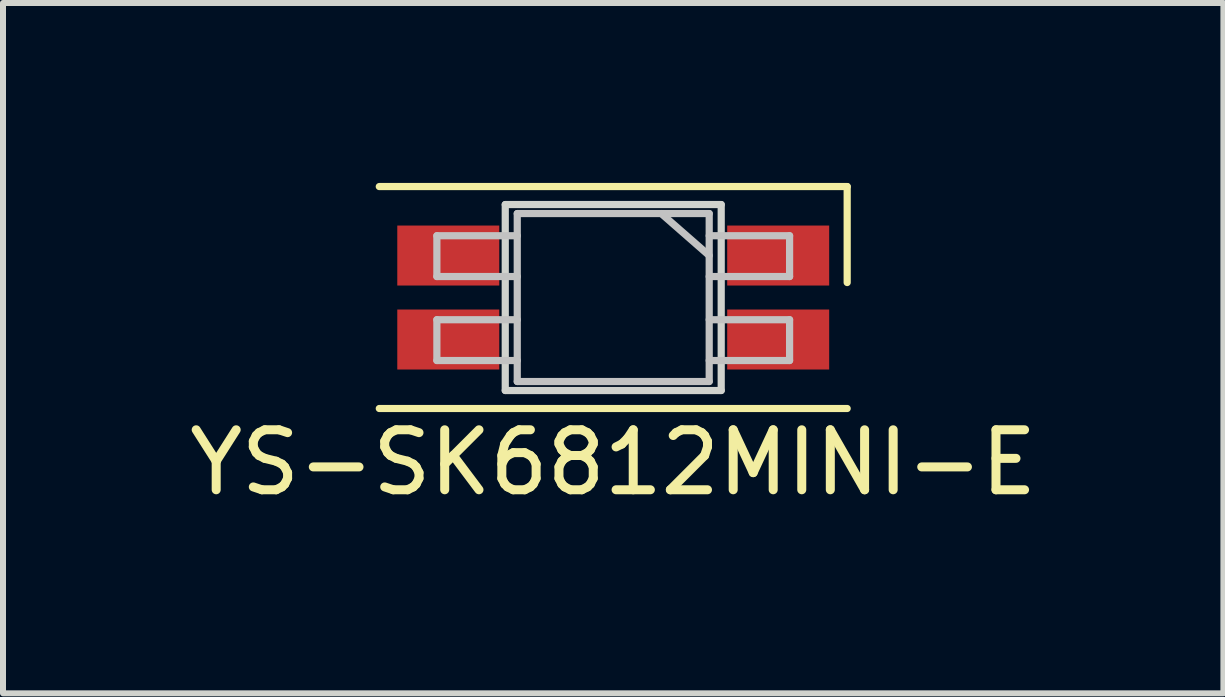
<source format=kicad_pcb>
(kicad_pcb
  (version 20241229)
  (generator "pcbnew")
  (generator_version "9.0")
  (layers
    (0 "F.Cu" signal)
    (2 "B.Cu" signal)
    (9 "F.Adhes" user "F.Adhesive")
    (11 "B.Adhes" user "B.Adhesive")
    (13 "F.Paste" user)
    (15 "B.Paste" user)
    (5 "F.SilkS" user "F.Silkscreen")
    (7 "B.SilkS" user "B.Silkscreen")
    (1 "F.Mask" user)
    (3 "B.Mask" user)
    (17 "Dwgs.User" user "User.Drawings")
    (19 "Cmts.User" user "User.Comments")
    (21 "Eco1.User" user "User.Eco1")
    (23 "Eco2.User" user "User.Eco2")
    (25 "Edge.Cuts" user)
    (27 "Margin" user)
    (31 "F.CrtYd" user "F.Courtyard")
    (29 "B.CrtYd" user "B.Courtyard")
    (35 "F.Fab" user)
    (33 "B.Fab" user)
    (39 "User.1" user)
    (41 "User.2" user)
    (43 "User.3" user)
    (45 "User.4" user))
  (footprint "YS-SK6812MINI-E"
    (layer "F.Cu")
    (at 7.173 1.91)
    (property "Reference" "YS-SK6812MINI-E" (at 0 2.75 0) (layer "F.SilkS") (effects (font (size 1 1) (thickness 0.15))))
    (attr through_hole)
    (fp_line (start -3.9 1.85) (end 3.9 1.85) (stroke (width 0.12) (type solid)) (layer "F.SilkS"))
    (fp_line (start 3.9 -1.85) (end -3.9 -1.85) (stroke (width 0.12) (type solid)) (layer "F.SilkS"))
    (fp_line (start 3.9 -0.25) (end 3.9 -1.85) (stroke (width 0.12) (type solid)) (layer "F.SilkS"))
    (fp_line (start -2.94 -1.03) (end -2.94 -0.35) (stroke (width 0.12) (type solid)) (layer "Dwgs.User"))
    (fp_line (start -2.94 -0.35) (end -1.6 -0.35) (stroke (width 0.12) (type solid)) (layer "Dwgs.User"))
    (fp_line (start -2.94 0.37) (end -2.94 1.05) (stroke (width 0.12) (type solid)) (layer "Dwgs.User"))
    (fp_line (start -2.94 1.05) (end -1.6 1.05) (stroke (width 0.12) (type solid)) (layer "Dwgs.User"))
    (fp_line (start -1.6 -1.03) (end -2.94 -1.03) (stroke (width 0.12) (type solid)) (layer "Dwgs.User"))
    (fp_line (start -1.6 0.37) (end -2.94 0.37) (stroke (width 0.12) (type solid)) (layer "Dwgs.User"))
    (fp_line (start -1.6 1.4) (end -1.6 -1.4) (stroke (width 0.12) (type solid)) (layer "Dwgs.User"))
    (fp_line (start 1.6 -1.4) (end -1.6 -1.4) (stroke (width 0.12) (type solid)) (layer "Dwgs.User"))
    (fp_line (start 1.6 -0.7) (end 0.8 -1.4) (stroke (width 0.12) (type solid)) (layer "Dwgs.User"))
    (fp_line (start 1.6 -0.35) (end 2.94 -0.35) (stroke (width 0.12) (type solid)) (layer "Dwgs.User"))
    (fp_line (start 1.6 1.05) (end 2.94 1.05) (stroke (width 0.12) (type solid)) (layer "Dwgs.User"))
    (fp_line (start 1.6 1.4) (end -1.6 1.4) (stroke (width 0.12) (type solid)) (layer "Dwgs.User"))
    (fp_line (start 1.6 1.4) (end 1.6 -1.4) (stroke (width 0.12) (type solid)) (layer "Dwgs.User"))
    (fp_line (start 2.94 -1.03) (end 1.6 -1.03) (stroke (width 0.12) (type solid)) (layer "Dwgs.User"))
    (fp_line (start 2.94 -0.35) (end 2.94 -1.03) (stroke (width 0.12) (type solid)) (layer "Dwgs.User"))
    (fp_line (start 2.94 0.37) (end 1.6 0.37) (stroke (width 0.12) (type solid)) (layer "Dwgs.User"))
    (fp_line (start 2.94 1.05) (end 2.94 0.37) (stroke (width 0.12) (type solid)) (layer "Dwgs.User"))
    (fp_line (start -1.8 -1.55) (end -1.8 1.55) (stroke (width 0.12) (type solid)) (layer "Edge.Cuts"))
    (fp_line (start -1.8 1.55) (end 1.8 1.55) (stroke (width 0.12) (type solid)) (layer "Edge.Cuts"))
    (fp_line (start 1.8 -1.55) (end -1.8 -1.55) (stroke (width 0.12) (type solid)) (layer "Edge.Cuts"))
    (fp_line (start 1.8 1.55) (end 1.8 -1.55) (stroke (width 0.12) (type solid)) (layer "Edge.Cuts"))
    (pad "1" smd rect (at -2.75 0.7 180) (size 1.7 1) (layers "F.Cu" "F.Mask" "F.Paste"))
    (pad "2" smd rect (at -2.75 -0.7 180) (size 1.7 1) (layers "F.Cu" "F.Mask" "F.Paste"))
    (pad "3" smd rect (at 2.75 -0.7 180) (size 1.7 1) (layers "F.Cu" "F.Mask" "F.Paste"))
    (pad "4" smd rect (at 2.75 0.7 180) (size 1.7 1) (layers "F.Cu" "F.Mask" "F.Paste")))
  (gr_rect
    (start -3 -3)
    (end 17.345 8.508)
    (stroke (width 0.1) (type default))
    (fill no)
    (layer "Edge.Cuts")))
</source>
